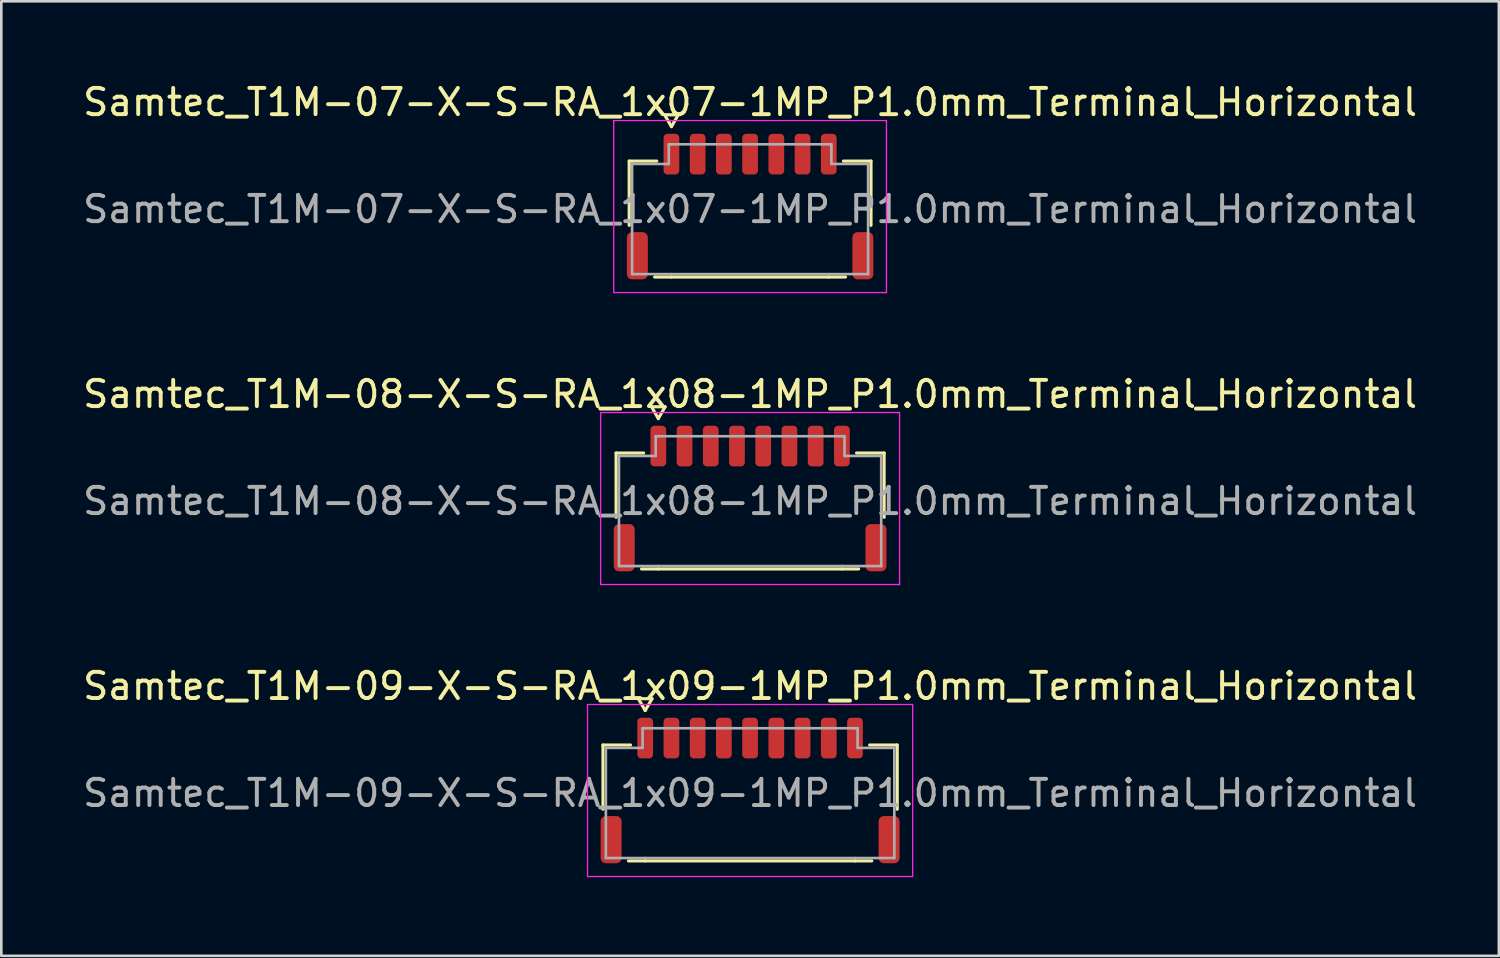
<source format=kicad_pcb>
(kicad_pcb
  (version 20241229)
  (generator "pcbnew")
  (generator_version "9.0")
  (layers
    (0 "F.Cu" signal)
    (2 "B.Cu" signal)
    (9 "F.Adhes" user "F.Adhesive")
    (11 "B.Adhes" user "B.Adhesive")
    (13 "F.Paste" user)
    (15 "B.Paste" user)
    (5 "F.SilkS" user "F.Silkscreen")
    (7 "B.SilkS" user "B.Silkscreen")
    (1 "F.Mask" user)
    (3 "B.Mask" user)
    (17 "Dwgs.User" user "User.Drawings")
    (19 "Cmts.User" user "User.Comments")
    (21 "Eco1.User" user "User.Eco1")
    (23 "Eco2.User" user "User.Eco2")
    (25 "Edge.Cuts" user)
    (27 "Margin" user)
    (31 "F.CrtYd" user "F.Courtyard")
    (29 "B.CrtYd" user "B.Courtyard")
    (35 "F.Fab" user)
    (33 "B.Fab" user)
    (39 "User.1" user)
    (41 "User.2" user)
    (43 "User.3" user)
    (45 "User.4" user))
  (footprint "Samtec_T1M-07-X-S-RA_1x07-1MP_P1.0mm_Terminal_Horizontal"
    (layer "F.Cu")
    (at 25.554 4.928)
    (property "Reference" "Samtec_T1M-07-X-S-RA_1x07-1MP_P1.0mm_Terminal_Horizontal" (at 0 -4.08 0) (layer "F.SilkS") (effects (font (size 1 1) (thickness 0.15))))
    (attr smd)
    (fp_line (start -4.61 -1.835) (end -3.56 -1.835) (stroke (width 0.12) (type solid)) (layer "F.SilkS"))
    (fp_line (start -4.61 0.615) (end -4.61 -1.835) (stroke (width 0.12) (type solid)) (layer "F.SilkS"))
    (fp_line (start -3.26 -3.6) (end -3 -3.15) (stroke (width 0.12) (type solid)) (layer "F.SilkS"))
    (fp_line (start -3 -3.15) (end -2.74 -3.6) (stroke (width 0.12) (type solid)) (layer "F.SilkS"))
    (fp_line (start -3 2.585) (end -3.64 2.585) (stroke (width 0.12) (type solid)) (layer "F.SilkS"))
    (fp_line (start -2.74 -3.6) (end -3.26 -3.6) (stroke (width 0.12) (type solid)) (layer "F.SilkS"))
    (fp_line (start 3 2.585) (end -3 2.585) (stroke (width 0.12) (type solid)) (layer "F.SilkS"))
    (fp_line (start 3.56 -1.835) (end 4.61 -1.835) (stroke (width 0.12) (type solid)) (layer "F.SilkS"))
    (fp_line (start 3.64 2.585) (end 3 2.585) (stroke (width 0.12) (type solid)) (layer "F.SilkS"))
    (fp_line (start 4.61 -1.835) (end 4.61 0.615) (stroke (width 0.12) (type solid)) (layer "F.SilkS"))
    (fp_line (start -5.2 -3.38) (end -5.2 3.18) (stroke (width 0.05) (type solid)) (layer "F.CrtYd"))
    (fp_line (start -5.2 3.18) (end 5.2 3.18) (stroke (width 0.05) (type solid)) (layer "F.CrtYd"))
    (fp_line (start 5.2 -3.38) (end -5.2 -3.38) (stroke (width 0.05) (type solid)) (layer "F.CrtYd"))
    (fp_line (start 5.2 3.18) (end 5.2 -3.38) (stroke (width 0.05) (type solid)) (layer "F.CrtYd"))
    (fp_line (start -4.5 -1.725) (end -3.1 -1.725) (stroke (width 0.1) (type solid)) (layer "F.Fab"))
    (fp_line (start -4.5 2.475) (end -4.5 -1.725) (stroke (width 0.1) (type solid)) (layer "F.Fab"))
    (fp_line (start -3.1 -2.475) (end -3 -2.475) (stroke (width 0.1) (type solid)) (layer "F.Fab"))
    (fp_line (start -3.1 -1.725) (end -3.1 -2.475) (stroke (width 0.1) (type solid)) (layer "F.Fab"))
    (fp_line (start -3 -2.475) (end 3 -2.475) (stroke (width 0.1) (type solid)) (layer "F.Fab"))
    (fp_line (start -3 2.475) (end -4.5 2.475) (stroke (width 0.1) (type solid)) (layer "F.Fab"))
    (fp_line (start 3 -2.475) (end 3.1 -2.475) (stroke (width 0.1) (type solid)) (layer "F.Fab"))
    (fp_line (start 3 2.475) (end -3 2.475) (stroke (width 0.1) (type solid)) (layer "F.Fab"))
    (fp_line (start 3.1 -2.475) (end 3.1 -1.725) (stroke (width 0.1) (type solid)) (layer "F.Fab"))
    (fp_line (start 3.1 -1.725) (end 4.5 -1.725) (stroke (width 0.1) (type solid)) (layer "F.Fab"))
    (fp_line (start 4.5 -1.725) (end 4.5 2.475) (stroke (width 0.1) (type solid)) (layer "F.Fab"))
    (fp_line (start 4.5 2.475) (end 3 2.475) (stroke (width 0.1) (type solid)) (layer "F.Fab"))
    (fp_text user "${REFERENCE}" (at 0 0 0) (layer "F.Fab") (effects (font (size 1 1) (thickness 0.15))))
    (pad "1" smd roundrect (at -3 -2.1) (size 0.6 1.55) (layers "F.Cu" "F.Mask" "F.Paste") (roundrect_rratio 0.25))
    (pad "2" smd roundrect (at -2 -2.1) (size 0.6 1.55) (layers "F.Cu" "F.Mask" "F.Paste") (roundrect_rratio 0.25))
    (pad "3" smd roundrect (at -1 -2.1) (size 0.6 1.55) (layers "F.Cu" "F.Mask" "F.Paste") (roundrect_rratio 0.25))
    (pad "4" smd roundrect (at 0 -2.1) (size 0.6 1.55) (layers "F.Cu" "F.Mask" "F.Paste") (roundrect_rratio 0.25))
    (pad "5" smd roundrect (at 1 -2.1) (size 0.6 1.55) (layers "F.Cu" "F.Mask" "F.Paste") (roundrect_rratio 0.25))
    (pad "6" smd roundrect (at 2 -2.1) (size 0.6 1.55) (layers "F.Cu" "F.Mask" "F.Paste") (roundrect_rratio 0.25))
    (pad "7" smd roundrect (at 3 -2.1) (size 0.6 1.55) (layers "F.Cu" "F.Mask" "F.Paste") (roundrect_rratio 0.25))
    (pad "MP" smd roundrect (at -4.3 1.775) (size 0.8 1.8) (layers "F.Cu" "F.Mask" "F.Paste") (roundrect_rratio 0.25))
    (pad "MP" smd roundrect (at 4.3 1.775) (size 0.8 1.8) (layers "F.Cu" "F.Mask" "F.Paste") (roundrect_rratio 0.25)))
  (footprint "Samtec_T1M-09-X-S-RA_1x09-1MP_P1.0mm_Terminal_Horizontal"
    (layer "F.Cu")
    (at 25.554 27.195)
    (property "Reference" "Samtec_T1M-09-X-S-RA_1x09-1MP_P1.0mm_Terminal_Horizontal" (at 0 -4.08 0) (layer "F.SilkS") (effects (font (size 1 1) (thickness 0.15))))
    (attr smd)
    (fp_line (start -5.61 -1.835) (end -4.56 -1.835) (stroke (width 0.12) (type solid)) (layer "F.SilkS"))
    (fp_line (start -5.61 0.615) (end -5.61 -1.835) (stroke (width 0.12) (type solid)) (layer "F.SilkS"))
    (fp_line (start -4.26 -3.6) (end -4 -3.15) (stroke (width 0.12) (type solid)) (layer "F.SilkS"))
    (fp_line (start -4 -3.15) (end -3.74 -3.6) (stroke (width 0.12) (type solid)) (layer "F.SilkS"))
    (fp_line (start -4 2.585) (end -4.64 2.585) (stroke (width 0.12) (type solid)) (layer "F.SilkS"))
    (fp_line (start -3.74 -3.6) (end -4.26 -3.6) (stroke (width 0.12) (type solid)) (layer "F.SilkS"))
    (fp_line (start 4 2.585) (end -4 2.585) (stroke (width 0.12) (type solid)) (layer "F.SilkS"))
    (fp_line (start 4.56 -1.835) (end 5.61 -1.835) (stroke (width 0.12) (type solid)) (layer "F.SilkS"))
    (fp_line (start 4.64 2.585) (end 4 2.585) (stroke (width 0.12) (type solid)) (layer "F.SilkS"))
    (fp_line (start 5.61 -1.835) (end 5.61 0.615) (stroke (width 0.12) (type solid)) (layer "F.SilkS"))
    (fp_line (start -6.2 -3.38) (end -6.2 3.18) (stroke (width 0.05) (type solid)) (layer "F.CrtYd"))
    (fp_line (start -6.2 3.18) (end 6.2 3.18) (stroke (width 0.05) (type solid)) (layer "F.CrtYd"))
    (fp_line (start 6.2 -3.38) (end -6.2 -3.38) (stroke (width 0.05) (type solid)) (layer "F.CrtYd"))
    (fp_line (start 6.2 3.18) (end 6.2 -3.38) (stroke (width 0.05) (type solid)) (layer "F.CrtYd"))
    (fp_line (start -5.5 -1.725) (end -4.1 -1.725) (stroke (width 0.1) (type solid)) (layer "F.Fab"))
    (fp_line (start -5.5 2.475) (end -5.5 -1.725) (stroke (width 0.1) (type solid)) (layer "F.Fab"))
    (fp_line (start -4.1 -2.475) (end -4 -2.475) (stroke (width 0.1) (type solid)) (layer "F.Fab"))
    (fp_line (start -4.1 -1.725) (end -4.1 -2.475) (stroke (width 0.1) (type solid)) (layer "F.Fab"))
    (fp_line (start -4 -2.475) (end 4 -2.475) (stroke (width 0.1) (type solid)) (layer "F.Fab"))
    (fp_line (start -4 2.475) (end -5.5 2.475) (stroke (width 0.1) (type solid)) (layer "F.Fab"))
    (fp_line (start 4 -2.475) (end 4.1 -2.475) (stroke (width 0.1) (type solid)) (layer "F.Fab"))
    (fp_line (start 4 2.475) (end -4 2.475) (stroke (width 0.1) (type solid)) (layer "F.Fab"))
    (fp_line (start 4.1 -2.475) (end 4.1 -1.725) (stroke (width 0.1) (type solid)) (layer "F.Fab"))
    (fp_line (start 4.1 -1.725) (end 5.5 -1.725) (stroke (width 0.1) (type solid)) (layer "F.Fab"))
    (fp_line (start 5.5 -1.725) (end 5.5 2.475) (stroke (width 0.1) (type solid)) (layer "F.Fab"))
    (fp_line (start 5.5 2.475) (end 4 2.475) (stroke (width 0.1) (type solid)) (layer "F.Fab"))
    (fp_text user "${REFERENCE}" (at 0 0 0) (layer "F.Fab") (effects (font (size 1 1) (thickness 0.15))))
    (pad "1" smd roundrect (at -4 -2.1) (size 0.6 1.55) (layers "F.Cu" "F.Mask" "F.Paste") (roundrect_rratio 0.25))
    (pad "2" smd roundrect (at -3 -2.1) (size 0.6 1.55) (layers "F.Cu" "F.Mask" "F.Paste") (roundrect_rratio 0.25))
    (pad "3" smd roundrect (at -2 -2.1) (size 0.6 1.55) (layers "F.Cu" "F.Mask" "F.Paste") (roundrect_rratio 0.25))
    (pad "4" smd roundrect (at -1 -2.1) (size 0.6 1.55) (layers "F.Cu" "F.Mask" "F.Paste") (roundrect_rratio 0.25))
    (pad "5" smd roundrect (at 0 -2.1) (size 0.6 1.55) (layers "F.Cu" "F.Mask" "F.Paste") (roundrect_rratio 0.25))
    (pad "6" smd roundrect (at 1 -2.1) (size 0.6 1.55) (layers "F.Cu" "F.Mask" "F.Paste") (roundrect_rratio 0.25))
    (pad "7" smd roundrect (at 2 -2.1) (size 0.6 1.55) (layers "F.Cu" "F.Mask" "F.Paste") (roundrect_rratio 0.25))
    (pad "8" smd roundrect (at 3 -2.1) (size 0.6 1.55) (layers "F.Cu" "F.Mask" "F.Paste") (roundrect_rratio 0.25))
    (pad "9" smd roundrect (at 4 -2.1) (size 0.6 1.55) (layers "F.Cu" "F.Mask" "F.Paste") (roundrect_rratio 0.25))
    (pad "MP" smd roundrect (at -5.3 1.775) (size 0.8 1.8) (layers "F.Cu" "F.Mask" "F.Paste") (roundrect_rratio 0.25))
    (pad "MP" smd roundrect (at 5.3 1.775) (size 0.8 1.8) (layers "F.Cu" "F.Mask" "F.Paste") (roundrect_rratio 0.25)))
  (footprint "Samtec_T1M-08-X-S-RA_1x08-1MP_P1.0mm_Terminal_Horizontal"
    (layer "F.Cu")
    (at 25.554 16.061)
    (property "Reference" "Samtec_T1M-08-X-S-RA_1x08-1MP_P1.0mm_Terminal_Horizontal" (at 0 -4.08 0) (layer "F.SilkS") (effects (font (size 1 1) (thickness 0.15))))
    (attr smd)
    (fp_line (start -5.11 -1.835) (end -4.06 -1.835) (stroke (width 0.12) (type solid)) (layer "F.SilkS"))
    (fp_line (start -5.11 0.615) (end -5.11 -1.835) (stroke (width 0.12) (type solid)) (layer "F.SilkS"))
    (fp_line (start -3.76 -3.6) (end -3.5 -3.15) (stroke (width 0.12) (type solid)) (layer "F.SilkS"))
    (fp_line (start -3.5 -3.15) (end -3.24 -3.6) (stroke (width 0.12) (type solid)) (layer "F.SilkS"))
    (fp_line (start -3.5 2.585) (end -4.14 2.585) (stroke (width 0.12) (type solid)) (layer "F.SilkS"))
    (fp_line (start -3.24 -3.6) (end -3.76 -3.6) (stroke (width 0.12) (type solid)) (layer "F.SilkS"))
    (fp_line (start 3.5 2.585) (end -3.5 2.585) (stroke (width 0.12) (type solid)) (layer "F.SilkS"))
    (fp_line (start 4.06 -1.835) (end 5.11 -1.835) (stroke (width 0.12) (type solid)) (layer "F.SilkS"))
    (fp_line (start 4.14 2.585) (end 3.5 2.585) (stroke (width 0.12) (type solid)) (layer "F.SilkS"))
    (fp_line (start 5.11 -1.835) (end 5.11 0.615) (stroke (width 0.12) (type solid)) (layer "F.SilkS"))
    (fp_line (start -5.7 -3.38) (end -5.7 3.18) (stroke (width 0.05) (type solid)) (layer "F.CrtYd"))
    (fp_line (start -5.7 3.18) (end 5.7 3.18) (stroke (width 0.05) (type solid)) (layer "F.CrtYd"))
    (fp_line (start 5.7 -3.38) (end -5.7 -3.38) (stroke (width 0.05) (type solid)) (layer "F.CrtYd"))
    (fp_line (start 5.7 3.18) (end 5.7 -3.38) (stroke (width 0.05) (type solid)) (layer "F.CrtYd"))
    (fp_line (start -5 -1.725) (end -3.6 -1.725) (stroke (width 0.1) (type solid)) (layer "F.Fab"))
    (fp_line (start -5 2.475) (end -5 -1.725) (stroke (width 0.1) (type solid)) (layer "F.Fab"))
    (fp_line (start -3.6 -2.475) (end -3.5 -2.475) (stroke (width 0.1) (type solid)) (layer "F.Fab"))
    (fp_line (start -3.6 -1.725) (end -3.6 -2.475) (stroke (width 0.1) (type solid)) (layer "F.Fab"))
    (fp_line (start -3.5 -2.475) (end 3.5 -2.475) (stroke (width 0.1) (type solid)) (layer "F.Fab"))
    (fp_line (start -3.5 2.475) (end -5 2.475) (stroke (width 0.1) (type solid)) (layer "F.Fab"))
    (fp_line (start 3.5 -2.475) (end 3.6 -2.475) (stroke (width 0.1) (type solid)) (layer "F.Fab"))
    (fp_line (start 3.5 2.475) (end -3.5 2.475) (stroke (width 0.1) (type solid)) (layer "F.Fab"))
    (fp_line (start 3.6 -2.475) (end 3.6 -1.725) (stroke (width 0.1) (type solid)) (layer "F.Fab"))
    (fp_line (start 3.6 -1.725) (end 5 -1.725) (stroke (width 0.1) (type solid)) (layer "F.Fab"))
    (fp_line (start 5 -1.725) (end 5 2.475) (stroke (width 0.1) (type solid)) (layer "F.Fab"))
    (fp_line (start 5 2.475) (end 3.5 2.475) (stroke (width 0.1) (type solid)) (layer "F.Fab"))
    (fp_text user "${REFERENCE}" (at 0 0 0) (layer "F.Fab") (effects (font (size 1 1) (thickness 0.15))))
    (pad "1" smd roundrect (at -3.5 -2.1) (size 0.6 1.55) (layers "F.Cu" "F.Mask" "F.Paste") (roundrect_rratio 0.25))
    (pad "2" smd roundrect (at -2.5 -2.1) (size 0.6 1.55) (layers "F.Cu" "F.Mask" "F.Paste") (roundrect_rratio 0.25))
    (pad "3" smd roundrect (at -1.5 -2.1) (size 0.6 1.55) (layers "F.Cu" "F.Mask" "F.Paste") (roundrect_rratio 0.25))
    (pad "4" smd roundrect (at -0.5 -2.1) (size 0.6 1.55) (layers "F.Cu" "F.Mask" "F.Paste") (roundrect_rratio 0.25))
    (pad "5" smd roundrect (at 0.5 -2.1) (size 0.6 1.55) (layers "F.Cu" "F.Mask" "F.Paste") (roundrect_rratio 0.25))
    (pad "6" smd roundrect (at 1.5 -2.1) (size 0.6 1.55) (layers "F.Cu" "F.Mask" "F.Paste") (roundrect_rratio 0.25))
    (pad "7" smd roundrect (at 2.5 -2.1) (size 0.6 1.55) (layers "F.Cu" "F.Mask" "F.Paste") (roundrect_rratio 0.25))
    (pad "8" smd roundrect (at 3.5 -2.1) (size 0.6 1.55) (layers "F.Cu" "F.Mask" "F.Paste") (roundrect_rratio 0.25))
    (pad "MP" smd roundrect (at -4.8 1.775) (size 0.8 1.8) (layers "F.Cu" "F.Mask" "F.Paste") (roundrect_rratio 0.25))
    (pad "MP" smd roundrect (at 4.8 1.775) (size 0.8 1.8) (layers "F.Cu" "F.Mask" "F.Paste") (roundrect_rratio 0.25)))
  (gr_rect
    (start -3 -3)
    (end 54.107 33.4)
    (stroke (width 0.1) (type default))
    (fill no)
    (layer "Edge.Cuts")))
</source>
